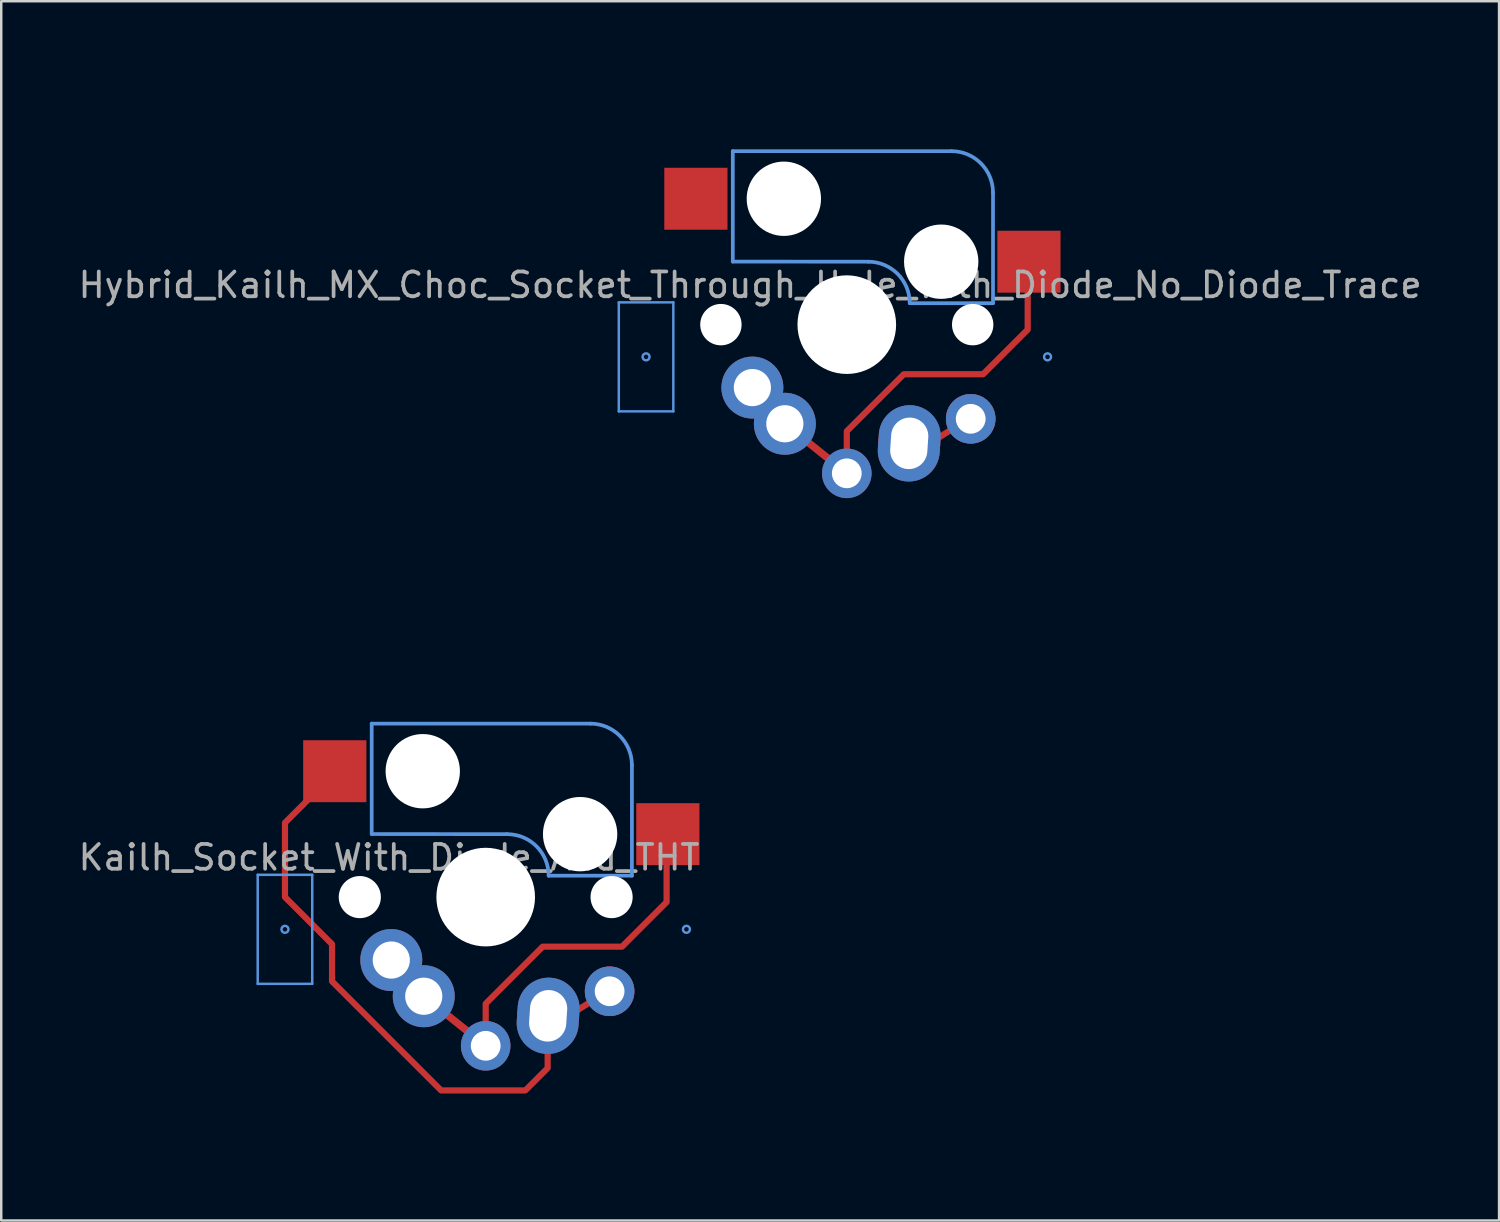
<source format=kicad_pcb>
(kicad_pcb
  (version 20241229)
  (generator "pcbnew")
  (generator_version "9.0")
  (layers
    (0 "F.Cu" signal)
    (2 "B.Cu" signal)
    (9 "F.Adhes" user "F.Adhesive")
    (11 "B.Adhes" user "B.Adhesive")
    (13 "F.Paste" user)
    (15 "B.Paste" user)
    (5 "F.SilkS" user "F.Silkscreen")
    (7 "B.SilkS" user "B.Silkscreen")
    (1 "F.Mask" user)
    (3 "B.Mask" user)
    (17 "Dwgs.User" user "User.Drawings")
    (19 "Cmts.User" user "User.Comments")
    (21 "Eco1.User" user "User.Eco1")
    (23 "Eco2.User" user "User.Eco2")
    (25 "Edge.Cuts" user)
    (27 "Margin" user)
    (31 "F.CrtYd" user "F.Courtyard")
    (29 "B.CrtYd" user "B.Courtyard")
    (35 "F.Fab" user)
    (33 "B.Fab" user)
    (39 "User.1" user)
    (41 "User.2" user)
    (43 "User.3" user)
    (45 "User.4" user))
  (footprint "Kailh_Socket_With_Diode_And_THT"
    (layer "F.Cu")
    (at 16.549 33.15)
    (property "Reference" "Kailh_Socket_With_Diode_And_THT" (at -3.9 -1.6 180) (layer "F.Fab") (effects (font (size 1 1) (thickness 0.15))))
    (attr smd)
    (fp_line (start -9.2 -0.9) (end -7 -0.9) (stroke (width 0.1) (type solid)) (layer "Cmts.User"))
    (fp_line (start -9.2 3.5) (end -9.2 -0.9) (stroke (width 0.1) (type solid)) (layer "Cmts.User"))
    (fp_line (start -7 -0.9) (end -7 3.5) (stroke (width 0.1) (type solid)) (layer "Cmts.User"))
    (fp_line (start -7 3.5) (end -9.2 3.5) (stroke (width 0.1) (type solid)) (layer "Cmts.User"))
    (fp_line (start -4.6 -7) (end -4.6 -2.545) (stroke (width 0.15) (type solid)) (layer "Cmts.User"))
    (fp_line (start 0.865 -2.54) (end -4.6 -2.545) (stroke (width 0.15) (type solid)) (layer "Cmts.User"))
    (fp_line (start 4.225 -7) (end -4.6 -7) (stroke (width 0.15) (type solid)) (layer "Cmts.User"))
    (fp_line (start 5.9 -5.325) (end 5.9 -0.865) (stroke (width 0.15) (type solid)) (layer "Cmts.User"))
    (fp_line (start 5.9 -0.865) (end 2.54 -0.865) (stroke (width 0.15) (type solid)) (layer "Cmts.User"))
    (fp_arc (start 0.865 -2.54) (mid 2.049404 -2.049404) (end 2.54 -0.865) (stroke (width 0.15) (type solid)) (layer "Cmts.User"))
    (fp_arc (start 4.225001 -7) (mid 5.409405 -6.509403) (end 5.9 -5.324999) (stroke (width 0.15) (type solid)) (layer "Cmts.User"))
    (fp_circle (center -8.1 1.3) (end -7.959 1.3) (stroke (width 0.1) (type solid)) (fill no) (layer "Cmts.User"))
    (fp_circle (center 8.1 1.3) (end 8.241 1.3) (stroke (width 0.1) (type solid)) (fill no) (layer "Cmts.User"))
    (fp_line (start -10 -10) (end 10 -10) (stroke (width 0.1) (type solid)) (layer "Eco1.User"))
    (fp_line (start -10 10) (end -10 -10) (stroke (width 0.1) (type solid)) (layer "Eco1.User"))
    (fp_line (start -9 -9) (end 9 -9) (stroke (width 0.1) (type solid)) (layer "Eco1.User"))
    (fp_line (start -9 0) (end -9 -9) (stroke (width 0.1) (type solid)) (layer "Eco1.User"))
    (fp_line (start -9 9) (end -9 0) (stroke (width 0.1) (type solid)) (layer "Eco1.User"))
    (fp_line (start 9 -9) (end 9 9) (stroke (width 0.1) (type solid)) (layer "Eco1.User"))
    (fp_line (start 9 9) (end -9 9) (stroke (width 0.1) (type solid)) (layer "Eco1.User"))
    (fp_line (start 10 -10) (end 10 10) (stroke (width 0.1) (type solid)) (layer "Eco1.User"))
    (fp_line (start 10 10) (end -10 10) (stroke (width 0.1) (type solid)) (layer "Eco1.User"))
    (pad "" np_thru_hole circle (at -5.08 0) (size 1.7 1.7) (drill 1.7) (layers "*.Cu" "*.Mask"))
    (pad "" np_thru_hole circle (at -2.54 -5.08) (size 3 3) (drill 3) (layers "*.Cu" "*.Mask"))
    (pad "" np_thru_hole circle (at 0 0) (size 3.98 3.98) (drill 3.98) (layers "*.Cu" "*.Mask"))
    (pad "" np_thru_hole circle (at 3.81 -2.54) (size 3 3) (drill 3) (layers "*.Cu" "*.Mask"))
    (pad "" np_thru_hole circle (at 5.08 0) (size 1.7 1.7) (drill 1.7) (layers "*.Cu" "*.Mask"))
    (pad "1" thru_hole circle (at -3.81 2.54) (size 2.5 2.5) (drill 1.5) (layers "*.Cu" "*.Mask"))
    (pad "1" thru_hole circle (at -2.5 4) (size 2.5 2.5) (drill 1.5) (layers "*.Cu" "*.Mask"))
    (pad "1" thru_hole circle (at 0 6) (size 2 2) (drill 1.2) (layers "*.Cu" "*.Mask"))
    (pad "1" smd custom (at 7.35 -2.54) (size 2 2) (layers "F.Cu") (options (anchor rect)) (primitives (gr_line (start -7.35 6.84) (end -7.35 8.64) (width 0.25)) (gr_line (start -0.05 2.74) (end -1.85 4.54) (width 0.25)) (gr_line (start -0.05 0.04) (end -0.05 2.74) (width 0.25)) (gr_line (start -11.16 5.08) (end -9.85 6.54) (width 0.25)) (gr_line (start -1.85 4.54) (end -5.025 4.54) (width 0.25)) (gr_circle (center -11.16 5.08) (end -10.85 5.08) (width 1.25) (fill no)) (gr_poly (pts (xy -0.95 -0.96) (xy 0.95 -0.96) (xy 0.95 0.94) (xy -0.95 0.94)) (width 0.1) (fill yes)) (gr_circle (center -9.85 6.54) (end -9.6 6.54) (width 1.25) (fill no)) (gr_circle (center -7.35 8.54) (end -7.1 8.54) (width 1) (fill no)) (gr_line (start -9.85 6.54) (end -7.35 8.54) (width 0.3)) (gr_line (start -5.05 4.54) (end -7.35 6.84) (width 0.25))))
    (pad "1" smd rect (at 7.35 -2.54) (size 2.55 2.5) (layers "F.Cu" "F.Mask" "F.Paste"))
    (pad "2" smd rect (at -6.09 -5.08) (size 2.55 2.5) (layers "F.Cu" "F.Mask" "F.Paste"))
    (pad "2" thru_hole oval (at 2.52 4.79 356.1) (size 2.5 3.08) (drill oval 1.5 2.08) (layers "*.Cu" "*.Mask"))
    (pad "2" thru_hole circle (at 5 3.8) (size 2 2) (drill 1.2) (layers "*.Cu" "*.Mask"))
    (pad "2" smd custom (at 5 3.8) (size 2 2) (layers "F.Cu") (options (anchor circle)) (primitives (gr_line (start -3.4 4) (end -6.8 4) (width 0.25)) (gr_line (start -11.2 -0.4) (end -11.2 -1.9) (width 0.25)) (gr_line (start -6.8 4) (end -11.2 -0.4) (width 0.25)) (gr_line (start -2.5 3.1) (end -2.5 1.1) (width 0.25)) (gr_line (start -2 1.2) (end -0.000001 -0.05) (width 0.25)) (gr_circle (center -0.000001 -0.000001) (end 0.5 -0.000001) (width 1) (fill no)) (gr_line (start -13.1 -3.8) (end -11.2 -1.9) (width 0.25)) (gr_line (start -13.1 -6.8) (end -13.1 -3.8) (width 0.25)) (gr_circle (center -2.48 0.99) (end -1.855 0.99) (width 1.25) (fill no)) (gr_line (start -2.5 3.1) (end -3.4 4) (width 0.25)) (gr_line (start -11.1 -8.8) (end -13.1 -6.8) (width 0.25)))))
  (footprint "Hybrid_Kailh_MX_Choc_Socket_Through_Hole_With_Diode_No_Diode_Trace"
    (layer "F.Cu")
    (at 31.12 10.05)
    (property "Reference" "Hybrid_Kailh_MX_Choc_Socket_Through_Hole_With_Diode_No_Diode_Trace" (at -3.9 -1.6 0) (layer "F.Fab") (effects (font (size 1 1) (thickness 0.15))))
    (attr smd)
    (fp_line (start -9.2 -0.9) (end -7 -0.9) (stroke (width 0.1) (type solid)) (layer "Cmts.User"))
    (fp_line (start -9.2 3.5) (end -9.2 -0.9) (stroke (width 0.1) (type solid)) (layer "Cmts.User"))
    (fp_line (start -7 -0.9) (end -7 3.5) (stroke (width 0.1) (type solid)) (layer "Cmts.User"))
    (fp_line (start -7 3.5) (end -9.2 3.5) (stroke (width 0.1) (type solid)) (layer "Cmts.User"))
    (fp_line (start -4.6 -7) (end -4.6 -2.545) (stroke (width 0.15) (type solid)) (layer "Cmts.User"))
    (fp_line (start 0.865 -2.54) (end -4.6 -2.545) (stroke (width 0.15) (type solid)) (layer "Cmts.User"))
    (fp_line (start 4.225 -7) (end -4.6 -7) (stroke (width 0.15) (type solid)) (layer "Cmts.User"))
    (fp_line (start 5.9 -5.325) (end 5.9 -0.865) (stroke (width 0.15) (type solid)) (layer "Cmts.User"))
    (fp_line (start 5.9 -0.865) (end 2.54 -0.865) (stroke (width 0.15) (type solid)) (layer "Cmts.User"))
    (fp_arc (start 0.865 -2.54) (mid 2.049404 -2.049404) (end 2.54 -0.865) (stroke (width 0.15) (type solid)) (layer "Cmts.User"))
    (fp_arc (start 4.225001 -7) (mid 5.409405 -6.509403) (end 5.9 -5.324999) (stroke (width 0.15) (type solid)) (layer "Cmts.User"))
    (fp_circle (center -8.1 1.3) (end -7.959 1.3) (stroke (width 0.1) (type solid)) (fill no) (layer "Cmts.User"))
    (fp_circle (center 8.1 1.3) (end 8.241 1.3) (stroke (width 0.1) (type solid)) (fill no) (layer "Cmts.User"))
    (fp_line (start -10 -10) (end 10 -10) (stroke (width 0.1) (type solid)) (layer "Eco1.User"))
    (fp_line (start -10 10) (end -10 -10) (stroke (width 0.1) (type solid)) (layer "Eco1.User"))
    (fp_line (start -9 -9) (end 9 -9) (stroke (width 0.1) (type solid)) (layer "Eco1.User"))
    (fp_line (start -9 0) (end -9 -9) (stroke (width 0.1) (type solid)) (layer "Eco1.User"))
    (fp_line (start -9 9) (end -9 0) (stroke (width 0.1) (type solid)) (layer "Eco1.User"))
    (fp_line (start 9 -9) (end 9 9) (stroke (width 0.1) (type solid)) (layer "Eco1.User"))
    (fp_line (start 9 9) (end -9 9) (stroke (width 0.1) (type solid)) (layer "Eco1.User"))
    (fp_line (start 10 -10) (end 10 10) (stroke (width 0.1) (type solid)) (layer "Eco1.User"))
    (fp_line (start 10 10) (end -10 10) (stroke (width 0.1) (type solid)) (layer "Eco1.User"))
    (pad "" np_thru_hole circle (at -5.08 0) (size 1.67 1.67) (drill 1.67) (layers "*.Cu" "*.Mask"))
    (pad "" np_thru_hole circle (at -2.54 -5.08) (size 3 3) (drill 3) (layers "*.Cu" "*.Mask"))
    (pad "" np_thru_hole circle (at 0 0) (size 3.98 3.98) (drill 3.98) (layers "*.Cu" "*.Mask"))
    (pad "" np_thru_hole circle (at 3.81 -2.54) (size 3 3) (drill 3) (layers "*.Cu" "*.Mask"))
    (pad "" np_thru_hole circle (at 5.08 0) (size 1.67 1.67) (drill 1.67) (layers "*.Cu" "*.Mask"))
    (pad "1" thru_hole circle (at -3.81 2.54) (size 2.5 2.5) (drill 1.5) (layers "*.Cu" "*.Mask"))
    (pad "1" thru_hole circle (at -2.5 4) (size 2.5 2.5) (drill 1.5) (layers "*.Cu" "*.Mask"))
    (pad "1" thru_hole circle (at 0 6) (size 2 2) (drill 1.2) (layers "*.Cu" "*.Mask"))
    (pad "1" smd custom (at 7.35 -2.54) (size 2 2) (layers "F.Cu") (options (anchor rect)) (primitives (gr_line (start -7.35 6.84) (end -7.35 8.64) (width 0.25)) (gr_line (start -0.05 2.74) (end -1.85 4.54) (width 0.25)) (gr_line (start -0.05 0.04) (end -0.05 2.74) (width 0.25)) (gr_line (start -11.16 5.08) (end -9.85 6.54) (width 0.25)) (gr_line (start -1.85 4.54) (end -5.025 4.54) (width 0.25)) (gr_circle (center -11.16 5.08) (end -10.85 5.08) (width 1.25) (fill no)) (gr_poly (pts (xy -0.95 -0.96) (xy 0.95 -0.96) (xy 0.95 0.94) (xy -0.95 0.94)) (width 0.1) (fill yes)) (gr_circle (center -9.85 6.54) (end -9.6 6.54) (width 1.25) (fill no)) (gr_circle (center -7.35 8.54) (end -7.1 8.54) (width 1) (fill no)) (gr_line (start -9.85 6.54) (end -7.35 8.54) (width 0.3)) (gr_line (start -5.05 4.54) (end -7.35 6.84) (width 0.25))))
    (pad "1" smd rect (at 7.35 -2.54) (size 2.55 2.5) (layers "F.Cu" "F.Mask" "F.Paste"))
    (pad "2" smd rect (at -6.09 -5.08) (size 2.55 2.5) (layers "F.Cu" "F.Mask" "F.Paste"))
    (pad "2" thru_hole oval (at 2.52 4.79 356.1) (size 2.5 3.08) (drill oval 1.5 2.08) (layers "*.Cu" "*.Mask"))
    (pad "2" thru_hole circle (at 5 3.8) (size 2 2) (drill 1.2) (layers "*.Cu" "*.Mask"))
    (pad "2" smd custom (at 5 3.8) (size 2 2) (layers "F.Cu") (options (anchor circle)) (primitives (gr_line (start -2 1.2) (end -0.000001 -0.05) (width 0.25)) (gr_circle (center -0.000001 -0.000001) (end 0.5 -0.000001) (width 1) (fill no)) (gr_circle (center -2.48 0.99) (end -1.855 0.99) (width 1.25) (fill no)))))
  (gr_rect
    (start -3 -3)
    (end 57.44 46.2)
    (stroke (width 0.1) (type default))
    (fill no)
    (layer "Edge.Cuts")))
</source>
